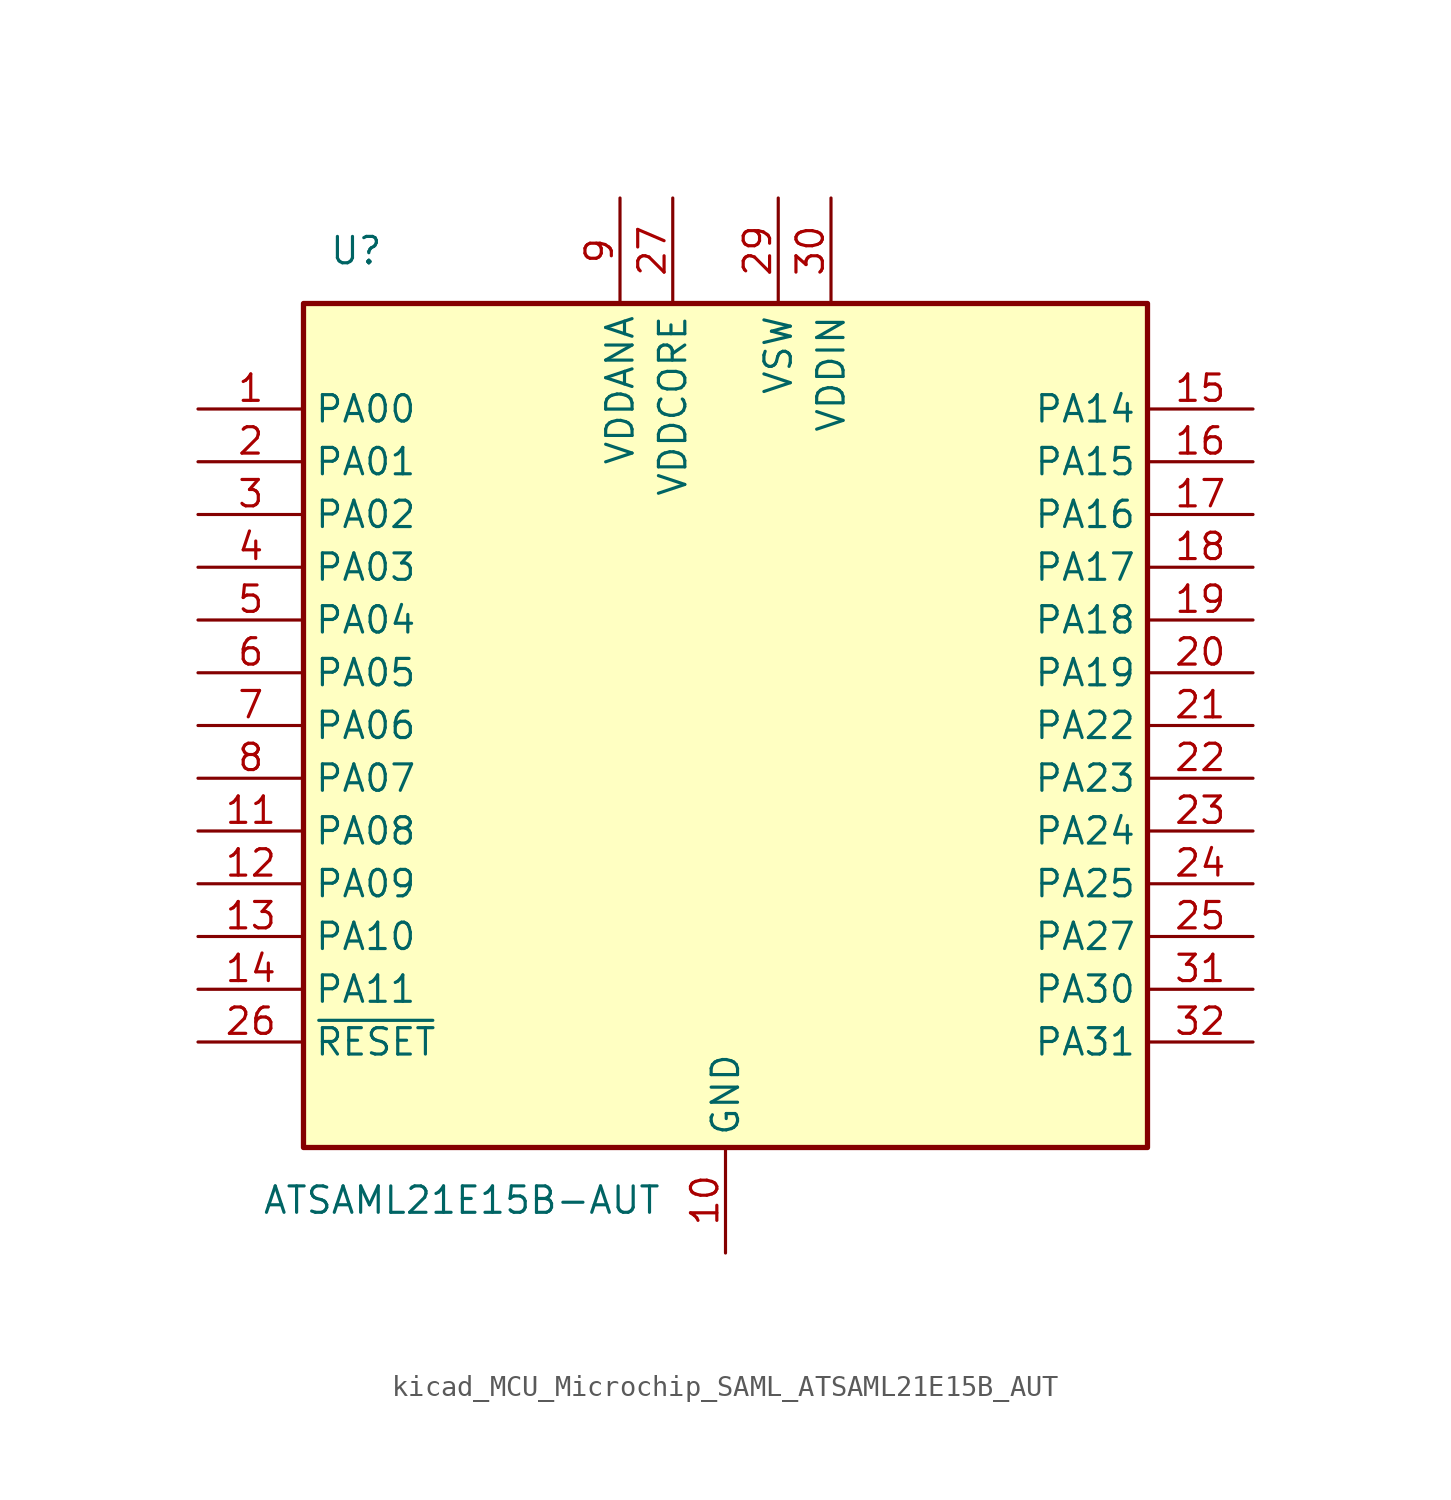
<source format=kicad_sym>
(kicad_symbol_lib
  (version 20220914)
  (generator kicad_symbol_editor)
  (symbol "kicad_MCU_Microchip_SAML_ATSAML21E15B_AUT"
    (property "Reference" "U"
      (at -17.78 22.86 0)
      (effects (font (size 1.27 1.27))))
    (property "Value" "ATSAML21E15B-AUT"
      (at -12.7 -22.86 0)
      (effects (font (size 1.27 1.27))))
    (symbol "kicad_MCU_Microchip_SAML_ATSAML21E15B_AUT_0_1"
      (rectangle (start -20.32 20.32) (end 20.32 -20.32) (stroke (width 0.254) (type default)) (fill (type background))))
    (symbol "kicad_MCU_Microchip_SAML_ATSAML21E15B_AUT_1_1"
      (pin bidirectional line (at -25.4 15.24 0) (length 5.08) (name "PA00" (effects (font (size 1.27 1.27)))) (number "1" (effects (font (size 1.27 1.27)))))
      (pin power_in line (at 0 -25.4 90) (length 5.08) (name "GND" (effects (font (size 1.27 1.27)))) (number "10" (effects (font (size 1.27 1.27)))))
      (pin bidirectional line (at -25.4 -5.08 0) (length 5.08) (name "PA08" (effects (font (size 1.27 1.27)))) (number "11" (effects (font (size 1.27 1.27)))))
      (pin bidirectional line (at -25.4 -7.62 0) (length 5.08) (name "PA09" (effects (font (size 1.27 1.27)))) (number "12" (effects (font (size 1.27 1.27)))))
      (pin bidirectional line (at -25.4 -10.16 0) (length 5.08) (name "PA10" (effects (font (size 1.27 1.27)))) (number "13" (effects (font (size 1.27 1.27)))))
      (pin bidirectional line (at -25.4 -12.7 0) (length 5.08) (name "PA11" (effects (font (size 1.27 1.27)))) (number "14" (effects (font (size 1.27 1.27)))))
      (pin bidirectional line (at 25.4 15.24 180) (length 5.08) (name "PA14" (effects (font (size 1.27 1.27)))) (number "15" (effects (font (size 1.27 1.27)))))
      (pin bidirectional line (at 25.4 12.7 180) (length 5.08) (name "PA15" (effects (font (size 1.27 1.27)))) (number "16" (effects (font (size 1.27 1.27)))))
      (pin bidirectional line (at 25.4 10.16 180) (length 5.08) (name "PA16" (effects (font (size 1.27 1.27)))) (number "17" (effects (font (size 1.27 1.27)))))
      (pin bidirectional line (at 25.4 7.62 180) (length 5.08) (name "PA17" (effects (font (size 1.27 1.27)))) (number "18" (effects (font (size 1.27 1.27)))))
      (pin bidirectional line (at 25.4 5.08 180) (length 5.08) (name "PA18" (effects (font (size 1.27 1.27)))) (number "19" (effects (font (size 1.27 1.27)))))
      (pin bidirectional line (at -25.4 12.7 0) (length 5.08) (name "PA01" (effects (font (size 1.27 1.27)))) (number "2" (effects (font (size 1.27 1.27)))))
      (pin bidirectional line (at 25.4 2.54 180) (length 5.08) (name "PA19" (effects (font (size 1.27 1.27)))) (number "20" (effects (font (size 1.27 1.27)))))
      (pin bidirectional line (at 25.4 0 180) (length 5.08) (name "PA22" (effects (font (size 1.27 1.27)))) (number "21" (effects (font (size 1.27 1.27)))))
      (pin bidirectional line (at 25.4 -2.54 180) (length 5.08) (name "PA23" (effects (font (size 1.27 1.27)))) (number "22" (effects (font (size 1.27 1.27)))))
      (pin bidirectional line (at 25.4 -5.08 180) (length 5.08) (name "PA24" (effects (font (size 1.27 1.27)))) (number "23" (effects (font (size 1.27 1.27)))))
      (pin bidirectional line (at 25.4 -7.62 180) (length 5.08) (name "PA25" (effects (font (size 1.27 1.27)))) (number "24" (effects (font (size 1.27 1.27)))))
      (pin bidirectional line (at 25.4 -10.16 180) (length 5.08) (name "PA27" (effects (font (size 1.27 1.27)))) (number "25" (effects (font (size 1.27 1.27)))))
      (pin input line (at -25.4 -15.24 0) (length 5.08) (name "~{RESET}" (effects (font (size 1.27 1.27)))) (number "26" (effects (font (size 1.27 1.27)))))
      (pin power_in line (at -2.54 25.4 270) (length 5.08) (name "VDDCORE" (effects (font (size 1.27 1.27)))) (number "27" (effects (font (size 1.27 1.27)))))
      (pin passive line (at 0 -25.4 90) (length 5.08) hide (name "GND" (effects (font (size 1.27 1.27)))) (number "28" (effects (font (size 1.27 1.27)))))
      (pin power_out line (at 2.54 25.4 270) (length 5.08) (name "VSW" (effects (font (size 1.27 1.27)))) (number "29" (effects (font (size 1.27 1.27)))))
      (pin bidirectional line (at -25.4 10.16 0) (length 5.08) (name "PA02" (effects (font (size 1.27 1.27)))) (number "3" (effects (font (size 1.27 1.27)))))
      (pin power_in line (at 5.08 25.4 270) (length 5.08) (name "VDDIN" (effects (font (size 1.27 1.27)))) (number "30" (effects (font (size 1.27 1.27)))))
      (pin bidirectional line (at 25.4 -12.7 180) (length 5.08) (name "PA30" (effects (font (size 1.27 1.27)))) (number "31" (effects (font (size 1.27 1.27)))))
      (pin bidirectional line (at 25.4 -15.24 180) (length 5.08) (name "PA31" (effects (font (size 1.27 1.27)))) (number "32" (effects (font (size 1.27 1.27)))))
      (pin bidirectional line (at -25.4 7.62 0) (length 5.08) (name "PA03" (effects (font (size 1.27 1.27)))) (number "4" (effects (font (size 1.27 1.27)))))
      (pin bidirectional line (at -25.4 5.08 0) (length 5.08) (name "PA04" (effects (font (size 1.27 1.27)))) (number "5" (effects (font (size 1.27 1.27)))))
      (pin bidirectional line (at -25.4 2.54 0) (length 5.08) (name "PA05" (effects (font (size 1.27 1.27)))) (number "6" (effects (font (size 1.27 1.27)))))
      (pin bidirectional line (at -25.4 0 0) (length 5.08) (name "PA06" (effects (font (size 1.27 1.27)))) (number "7" (effects (font (size 1.27 1.27)))))
      (pin bidirectional line (at -25.4 -2.54 0) (length 5.08) (name "PA07" (effects (font (size 1.27 1.27)))) (number "8" (effects (font (size 1.27 1.27)))))
      (pin power_in line (at -5.08 25.4 270) (length 5.08) (name "VDDANA" (effects (font (size 1.27 1.27)))) (number "9" (effects (font (size 1.27 1.27))))))))
</source>
